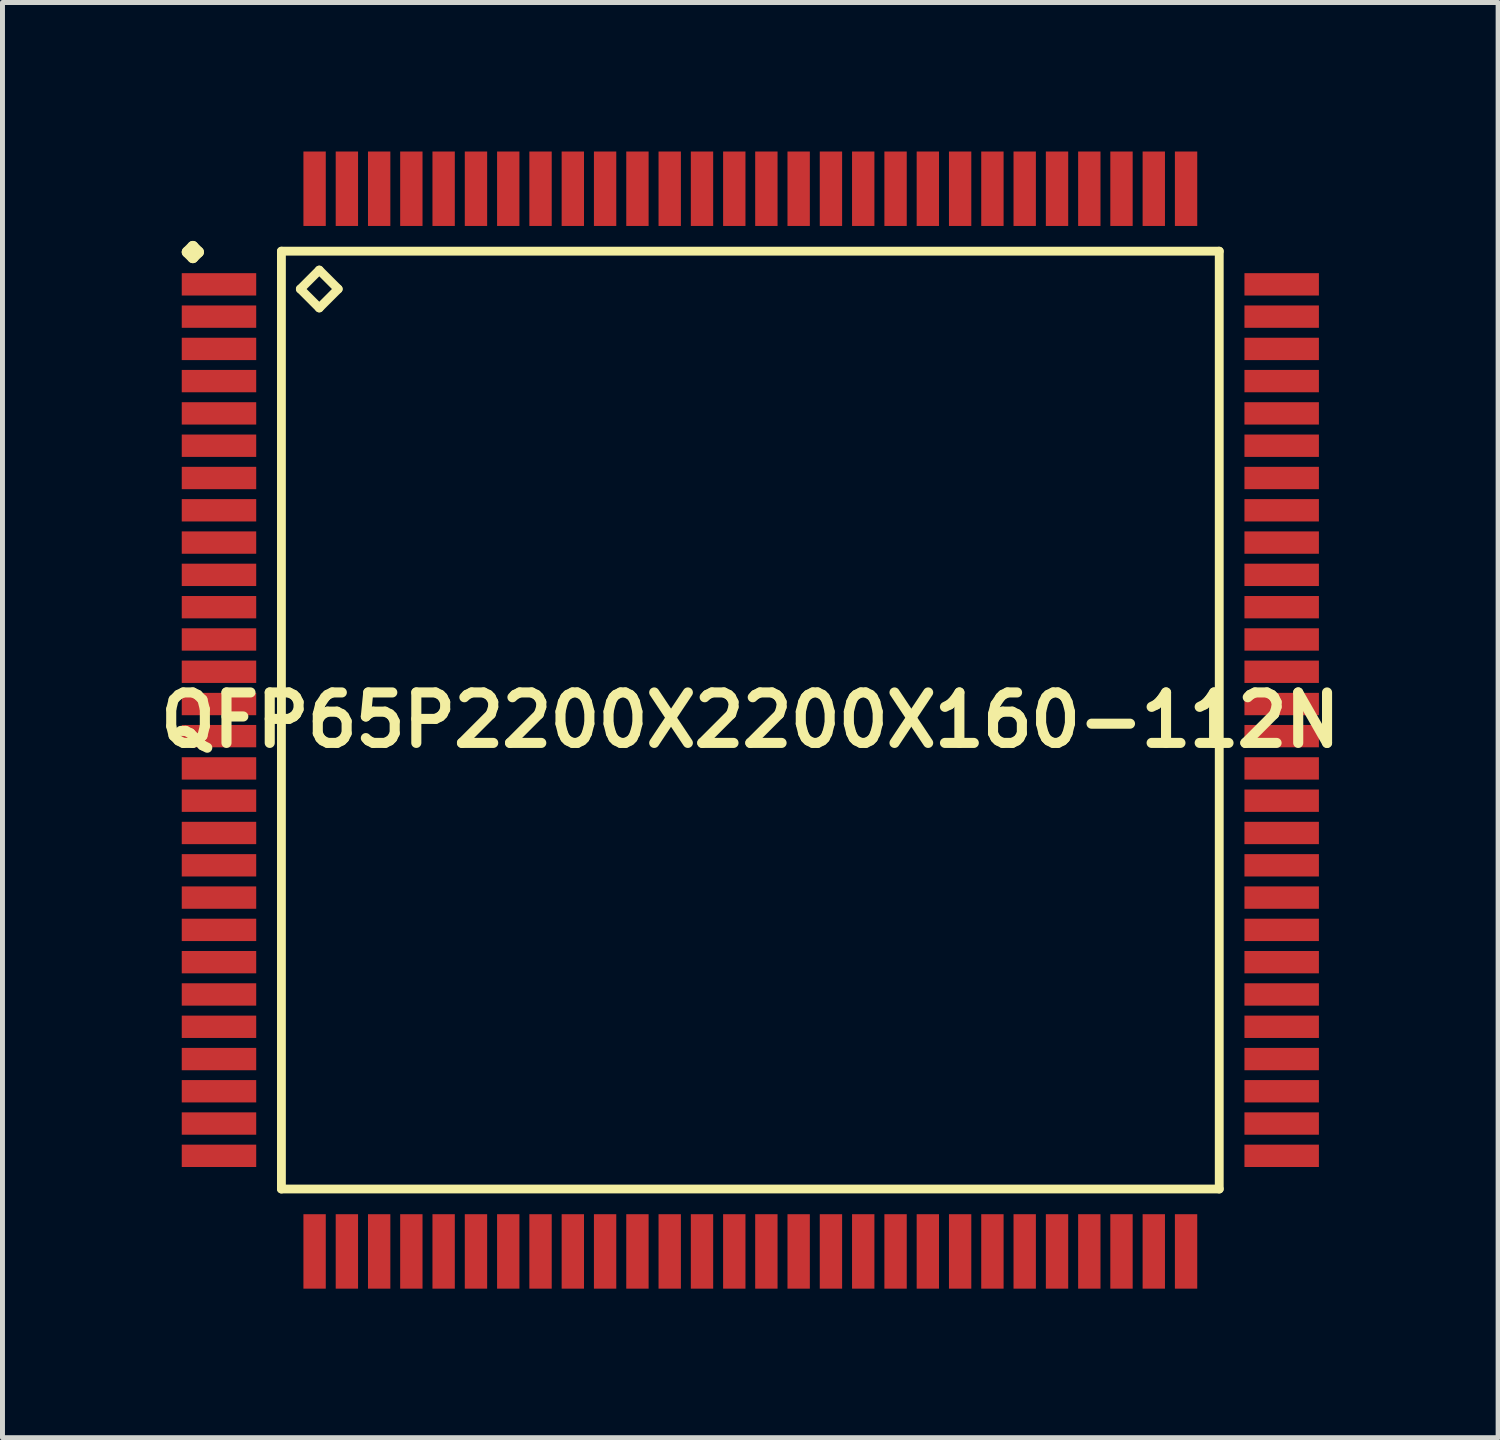
<source format=kicad_pcb>
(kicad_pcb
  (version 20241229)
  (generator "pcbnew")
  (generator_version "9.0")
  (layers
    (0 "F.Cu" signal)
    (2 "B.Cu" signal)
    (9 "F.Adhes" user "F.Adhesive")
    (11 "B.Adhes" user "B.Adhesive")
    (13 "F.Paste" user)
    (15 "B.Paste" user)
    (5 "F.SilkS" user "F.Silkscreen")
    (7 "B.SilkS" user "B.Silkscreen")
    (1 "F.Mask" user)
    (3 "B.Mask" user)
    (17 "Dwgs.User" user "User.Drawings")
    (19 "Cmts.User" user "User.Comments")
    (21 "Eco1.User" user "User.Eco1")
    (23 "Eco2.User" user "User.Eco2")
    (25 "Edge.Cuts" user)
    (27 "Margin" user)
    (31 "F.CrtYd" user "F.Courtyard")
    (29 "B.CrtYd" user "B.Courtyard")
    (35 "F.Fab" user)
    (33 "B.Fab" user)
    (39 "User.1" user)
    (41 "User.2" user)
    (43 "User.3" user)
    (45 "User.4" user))
  (footprint "QFP65P2200X2200X160-112N"
    (layer "F.Cu")
    (at 12.057 11.448)
    (property "Reference" "QFP65P2200X2200X160-112N" (at 0 0 0) (layer "F.SilkS") (effects (font (size 1.016 1.016) (thickness 0.203))))
    (attr smd)
    (fp_line (start -11.336 -9.423) (end -11.224 -9.535) (stroke (width 0.224) (type solid)) (layer "F.SilkS"))
    (fp_line (start -11.224 -9.535) (end -11.113 -9.423) (stroke (width 0.224) (type solid)) (layer "F.SilkS"))
    (fp_line (start -11.224 -9.312) (end -11.336 -9.423) (stroke (width 0.224) (type solid)) (layer "F.SilkS"))
    (fp_line (start -11.113 -9.423) (end -11.224 -9.312) (stroke (width 0.224) (type solid)) (layer "F.SilkS"))
    (fp_line (start -9.441 -9.441) (end -9.441 9.441) (stroke (width 0.178) (type solid)) (layer "F.SilkS"))
    (fp_line (start -9.441 9.441) (end 9.441 9.441) (stroke (width 0.178) (type solid)) (layer "F.SilkS"))
    (fp_line (start -9.06 -8.679) (end -8.679 -9.06) (stroke (width 0.178) (type solid)) (layer "F.SilkS"))
    (fp_line (start -8.679 -9.06) (end -8.298 -8.679) (stroke (width 0.178) (type solid)) (layer "F.SilkS"))
    (fp_line (start -8.679 -8.298) (end -9.06 -8.679) (stroke (width 0.178) (type solid)) (layer "F.SilkS"))
    (fp_line (start -8.298 -8.679) (end -8.679 -8.298) (stroke (width 0.178) (type solid)) (layer "F.SilkS"))
    (fp_line (start 9.441 -9.441) (end -9.441 -9.441) (stroke (width 0.178) (type solid)) (layer "F.SilkS"))
    (fp_line (start 9.441 9.441) (end 9.441 -9.441) (stroke (width 0.178) (type solid)) (layer "F.SilkS"))
    (pad "1" smd rect (at -10.698 -8.773) (size 1.499 0.45) (layers "F.Cu" "F.Mask" "F.Paste"))
    (pad "2" smd rect (at -10.698 -8.123) (size 1.499 0.45) (layers "F.Cu" "F.Mask" "F.Paste"))
    (pad "3" smd rect (at -10.698 -7.473) (size 1.499 0.45) (layers "F.Cu" "F.Mask" "F.Paste"))
    (pad "4" smd rect (at -10.698 -6.825) (size 1.499 0.45) (layers "F.Cu" "F.Mask" "F.Paste"))
    (pad "5" smd rect (at -10.698 -6.175) (size 1.499 0.45) (layers "F.Cu" "F.Mask" "F.Paste"))
    (pad "6" smd rect (at -10.698 -5.524) (size 1.499 0.45) (layers "F.Cu" "F.Mask" "F.Paste"))
    (pad "7" smd rect (at -10.698 -4.874) (size 1.499 0.45) (layers "F.Cu" "F.Mask" "F.Paste"))
    (pad "8" smd rect (at -10.698 -4.224) (size 1.499 0.45) (layers "F.Cu" "F.Mask" "F.Paste"))
    (pad "9" smd rect (at -10.698 -3.574) (size 1.499 0.45) (layers "F.Cu" "F.Mask" "F.Paste"))
    (pad "10" smd rect (at -10.698 -2.924) (size 1.499 0.45) (layers "F.Cu" "F.Mask" "F.Paste"))
    (pad "11" smd rect (at -10.698 -2.273) (size 1.499 0.45) (layers "F.Cu" "F.Mask" "F.Paste"))
    (pad "12" smd rect (at -10.698 -1.623) (size 1.499 0.45) (layers "F.Cu" "F.Mask" "F.Paste"))
    (pad "13" smd rect (at -10.698 -0.973) (size 1.499 0.45) (layers "F.Cu" "F.Mask" "F.Paste"))
    (pad "14" smd rect (at -10.698 -0.323) (size 1.499 0.45) (layers "F.Cu" "F.Mask" "F.Paste"))
    (pad "15" smd rect (at -10.698 0.323) (size 1.499 0.45) (layers "F.Cu" "F.Mask" "F.Paste"))
    (pad "16" smd rect (at -10.698 0.973) (size 1.499 0.45) (layers "F.Cu" "F.Mask" "F.Paste"))
    (pad "17" smd rect (at -10.698 1.623) (size 1.499 0.45) (layers "F.Cu" "F.Mask" "F.Paste"))
    (pad "18" smd rect (at -10.698 2.273) (size 1.499 0.45) (layers "F.Cu" "F.Mask" "F.Paste"))
    (pad "19" smd rect (at -10.698 2.924) (size 1.499 0.45) (layers "F.Cu" "F.Mask" "F.Paste"))
    (pad "20" smd rect (at -10.698 3.574) (size 1.499 0.45) (layers "F.Cu" "F.Mask" "F.Paste"))
    (pad "21" smd rect (at -10.698 4.224) (size 1.499 0.45) (layers "F.Cu" "F.Mask" "F.Paste"))
    (pad "22" smd rect (at -10.698 4.874) (size 1.499 0.45) (layers "F.Cu" "F.Mask" "F.Paste"))
    (pad "23" smd rect (at -10.698 5.524) (size 1.499 0.45) (layers "F.Cu" "F.Mask" "F.Paste"))
    (pad "24" smd rect (at -10.698 6.175) (size 1.499 0.45) (layers "F.Cu" "F.Mask" "F.Paste"))
    (pad "25" smd rect (at -10.698 6.825) (size 1.499 0.45) (layers "F.Cu" "F.Mask" "F.Paste"))
    (pad "26" smd rect (at -10.698 7.473) (size 1.499 0.45) (layers "F.Cu" "F.Mask" "F.Paste"))
    (pad "27" smd rect (at -10.698 8.123) (size 1.499 0.45) (layers "F.Cu" "F.Mask" "F.Paste"))
    (pad "28" smd rect (at -10.698 8.773) (size 1.499 0.45) (layers "F.Cu" "F.Mask" "F.Paste"))
    (pad "29" smd rect (at -8.773 10.698) (size 0.45 1.499) (layers "F.Cu" "F.Mask" "F.Paste"))
    (pad "30" smd rect (at -8.123 10.698) (size 0.45 1.499) (layers "F.Cu" "F.Mask" "F.Paste"))
    (pad "31" smd rect (at -7.473 10.698) (size 0.45 1.499) (layers "F.Cu" "F.Mask" "F.Paste"))
    (pad "32" smd rect (at -6.825 10.698) (size 0.45 1.499) (layers "F.Cu" "F.Mask" "F.Paste"))
    (pad "33" smd rect (at -6.175 10.698) (size 0.45 1.499) (layers "F.Cu" "F.Mask" "F.Paste"))
    (pad "34" smd rect (at -5.524 10.698) (size 0.45 1.499) (layers "F.Cu" "F.Mask" "F.Paste"))
    (pad "35" smd rect (at -4.874 10.698) (size 0.45 1.499) (layers "F.Cu" "F.Mask" "F.Paste"))
    (pad "36" smd rect (at -4.224 10.698) (size 0.45 1.499) (layers "F.Cu" "F.Mask" "F.Paste"))
    (pad "37" smd rect (at -3.574 10.698) (size 0.45 1.499) (layers "F.Cu" "F.Mask" "F.Paste"))
    (pad "38" smd rect (at -2.924 10.698) (size 0.45 1.499) (layers "F.Cu" "F.Mask" "F.Paste"))
    (pad "39" smd rect (at -2.273 10.698) (size 0.45 1.499) (layers "F.Cu" "F.Mask" "F.Paste"))
    (pad "40" smd rect (at -1.623 10.698) (size 0.45 1.499) (layers "F.Cu" "F.Mask" "F.Paste"))
    (pad "41" smd rect (at -0.973 10.698) (size 0.45 1.499) (layers "F.Cu" "F.Mask" "F.Paste"))
    (pad "42" smd rect (at -0.323 10.698) (size 0.45 1.499) (layers "F.Cu" "F.Mask" "F.Paste"))
    (pad "43" smd rect (at 0.323 10.698) (size 0.45 1.499) (layers "F.Cu" "F.Mask" "F.Paste"))
    (pad "44" smd rect (at 0.973 10.698) (size 0.45 1.499) (layers "F.Cu" "F.Mask" "F.Paste"))
    (pad "45" smd rect (at 1.623 10.698) (size 0.45 1.499) (layers "F.Cu" "F.Mask" "F.Paste"))
    (pad "46" smd rect (at 2.273 10.698) (size 0.45 1.499) (layers "F.Cu" "F.Mask" "F.Paste"))
    (pad "47" smd rect (at 2.924 10.698) (size 0.45 1.499) (layers "F.Cu" "F.Mask" "F.Paste"))
    (pad "48" smd rect (at 3.574 10.698) (size 0.45 1.499) (layers "F.Cu" "F.Mask" "F.Paste"))
    (pad "49" smd rect (at 4.224 10.698) (size 0.45 1.499) (layers "F.Cu" "F.Mask" "F.Paste"))
    (pad "50" smd rect (at 4.874 10.698) (size 0.45 1.499) (layers "F.Cu" "F.Mask" "F.Paste"))
    (pad "51" smd rect (at 5.524 10.698) (size 0.45 1.499) (layers "F.Cu" "F.Mask" "F.Paste"))
    (pad "52" smd rect (at 6.175 10.698) (size 0.45 1.499) (layers "F.Cu" "F.Mask" "F.Paste"))
    (pad "53" smd rect (at 6.825 10.698) (size 0.45 1.499) (layers "F.Cu" "F.Mask" "F.Paste"))
    (pad "54" smd rect (at 7.473 10.698) (size 0.45 1.499) (layers "F.Cu" "F.Mask" "F.Paste"))
    (pad "55" smd rect (at 8.123 10.698) (size 0.45 1.499) (layers "F.Cu" "F.Mask" "F.Paste"))
    (pad "56" smd rect (at 8.773 10.698) (size 0.45 1.499) (layers "F.Cu" "F.Mask" "F.Paste"))
    (pad "57" smd rect (at 10.698 8.773) (size 1.499 0.45) (layers "F.Cu" "F.Mask" "F.Paste"))
    (pad "58" smd rect (at 10.698 8.123) (size 1.499 0.45) (layers "F.Cu" "F.Mask" "F.Paste"))
    (pad "59" smd rect (at 10.698 7.473) (size 1.499 0.45) (layers "F.Cu" "F.Mask" "F.Paste"))
    (pad "60" smd rect (at 10.698 6.825) (size 1.499 0.45) (layers "F.Cu" "F.Mask" "F.Paste"))
    (pad "61" smd rect (at 10.698 6.175) (size 1.499 0.45) (layers "F.Cu" "F.Mask" "F.Paste"))
    (pad "62" smd rect (at 10.698 5.524) (size 1.499 0.45) (layers "F.Cu" "F.Mask" "F.Paste"))
    (pad "63" smd rect (at 10.698 4.874) (size 1.499 0.45) (layers "F.Cu" "F.Mask" "F.Paste"))
    (pad "64" smd rect (at 10.698 4.224) (size 1.499 0.45) (layers "F.Cu" "F.Mask" "F.Paste"))
    (pad "65" smd rect (at 10.698 3.574) (size 1.499 0.45) (layers "F.Cu" "F.Mask" "F.Paste"))
    (pad "66" smd rect (at 10.698 2.924) (size 1.499 0.45) (layers "F.Cu" "F.Mask" "F.Paste"))
    (pad "67" smd rect (at 10.698 2.273) (size 1.499 0.45) (layers "F.Cu" "F.Mask" "F.Paste"))
    (pad "68" smd rect (at 10.698 1.623) (size 1.499 0.45) (layers "F.Cu" "F.Mask" "F.Paste"))
    (pad "69" smd rect (at 10.698 0.973) (size 1.499 0.45) (layers "F.Cu" "F.Mask" "F.Paste"))
    (pad "70" smd rect (at 10.698 0.323) (size 1.499 0.45) (layers "F.Cu" "F.Mask" "F.Paste"))
    (pad "71" smd rect (at 10.698 -0.323) (size 1.499 0.45) (layers "F.Cu" "F.Mask" "F.Paste"))
    (pad "72" smd rect (at 10.698 -0.973) (size 1.499 0.45) (layers "F.Cu" "F.Mask" "F.Paste"))
    (pad "73" smd rect (at 10.698 -1.623) (size 1.499 0.45) (layers "F.Cu" "F.Mask" "F.Paste"))
    (pad "74" smd rect (at 10.698 -2.273) (size 1.499 0.45) (layers "F.Cu" "F.Mask" "F.Paste"))
    (pad "75" smd rect (at 10.698 -2.924) (size 1.499 0.45) (layers "F.Cu" "F.Mask" "F.Paste"))
    (pad "76" smd rect (at 10.698 -3.574) (size 1.499 0.45) (layers "F.Cu" "F.Mask" "F.Paste"))
    (pad "77" smd rect (at 10.698 -4.224) (size 1.499 0.45) (layers "F.Cu" "F.Mask" "F.Paste"))
    (pad "78" smd rect (at 10.698 -4.874) (size 1.499 0.45) (layers "F.Cu" "F.Mask" "F.Paste"))
    (pad "79" smd rect (at 10.698 -5.524) (size 1.499 0.45) (layers "F.Cu" "F.Mask" "F.Paste"))
    (pad "80" smd rect (at 10.698 -6.175) (size 1.499 0.45) (layers "F.Cu" "F.Mask" "F.Paste"))
    (pad "81" smd rect (at 10.698 -6.825) (size 1.499 0.45) (layers "F.Cu" "F.Mask" "F.Paste"))
    (pad "82" smd rect (at 10.698 -7.473) (size 1.499 0.45) (layers "F.Cu" "F.Mask" "F.Paste"))
    (pad "83" smd rect (at 10.698 -8.123) (size 1.499 0.45) (layers "F.Cu" "F.Mask" "F.Paste"))
    (pad "84" smd rect (at 10.698 -8.773) (size 1.499 0.45) (layers "F.Cu" "F.Mask" "F.Paste"))
    (pad "85" smd rect (at 8.773 -10.698) (size 0.45 1.499) (layers "F.Cu" "F.Mask" "F.Paste"))
    (pad "86" smd rect (at 8.123 -10.698) (size 0.45 1.499) (layers "F.Cu" "F.Mask" "F.Paste"))
    (pad "87" smd rect (at 7.473 -10.698) (size 0.45 1.499) (layers "F.Cu" "F.Mask" "F.Paste"))
    (pad "88" smd rect (at 6.825 -10.698) (size 0.45 1.499) (layers "F.Cu" "F.Mask" "F.Paste"))
    (pad "89" smd rect (at 6.175 -10.698) (size 0.45 1.499) (layers "F.Cu" "F.Mask" "F.Paste"))
    (pad "90" smd rect (at 5.524 -10.698) (size 0.45 1.499) (layers "F.Cu" "F.Mask" "F.Paste"))
    (pad "91" smd rect (at 4.874 -10.698) (size 0.45 1.499) (layers "F.Cu" "F.Mask" "F.Paste"))
    (pad "92" smd rect (at 4.224 -10.698) (size 0.45 1.499) (layers "F.Cu" "F.Mask" "F.Paste"))
    (pad "93" smd rect (at 3.574 -10.698) (size 0.45 1.499) (layers "F.Cu" "F.Mask" "F.Paste"))
    (pad "94" smd rect (at 2.924 -10.698) (size 0.45 1.499) (layers "F.Cu" "F.Mask" "F.Paste"))
    (pad "95" smd rect (at 2.273 -10.698) (size 0.45 1.499) (layers "F.Cu" "F.Mask" "F.Paste"))
    (pad "96" smd rect (at 1.623 -10.698) (size 0.45 1.499) (layers "F.Cu" "F.Mask" "F.Paste"))
    (pad "97" smd rect (at 0.973 -10.698) (size 0.45 1.499) (layers "F.Cu" "F.Mask" "F.Paste"))
    (pad "98" smd rect (at 0.323 -10.698) (size 0.45 1.499) (layers "F.Cu" "F.Mask" "F.Paste"))
    (pad "99" smd rect (at -0.323 -10.698) (size 0.45 1.499) (layers "F.Cu" "F.Mask" "F.Paste"))
    (pad "100" smd rect (at -0.973 -10.698) (size 0.45 1.499) (layers "F.Cu" "F.Mask" "F.Paste"))
    (pad "101" smd rect (at -1.623 -10.698) (size 0.45 1.499) (layers "F.Cu" "F.Mask" "F.Paste"))
    (pad "102" smd rect (at -2.273 -10.698) (size 0.45 1.499) (layers "F.Cu" "F.Mask" "F.Paste"))
    (pad "103" smd rect (at -2.924 -10.698) (size 0.45 1.499) (layers "F.Cu" "F.Mask" "F.Paste"))
    (pad "104" smd rect (at -3.574 -10.698) (size 0.45 1.499) (layers "F.Cu" "F.Mask" "F.Paste"))
    (pad "105" smd rect (at -4.224 -10.698) (size 0.45 1.499) (layers "F.Cu" "F.Mask" "F.Paste"))
    (pad "106" smd rect (at -4.874 -10.698) (size 0.45 1.499) (layers "F.Cu" "F.Mask" "F.Paste"))
    (pad "107" smd rect (at -5.524 -10.698) (size 0.45 1.499) (layers "F.Cu" "F.Mask" "F.Paste"))
    (pad "108" smd rect (at -6.175 -10.698) (size 0.45 1.499) (layers "F.Cu" "F.Mask" "F.Paste"))
    (pad "109" smd rect (at -6.825 -10.698) (size 0.45 1.499) (layers "F.Cu" "F.Mask" "F.Paste"))
    (pad "110" smd rect (at -7.473 -10.698) (size 0.45 1.499) (layers "F.Cu" "F.Mask" "F.Paste"))
    (pad "111" smd rect (at -8.123 -10.698) (size 0.45 1.499) (layers "F.Cu" "F.Mask" "F.Paste"))
    (pad "112" smd rect (at -8.773 -10.698) (size 0.45 1.499) (layers "F.Cu" "F.Mask" "F.Paste")))
  (gr_rect
    (start -3 -3)
    (end 27.113 25.896)
    (stroke (width 0.1) (type default))
    (fill no)
    (layer "Edge.Cuts")))
</source>
